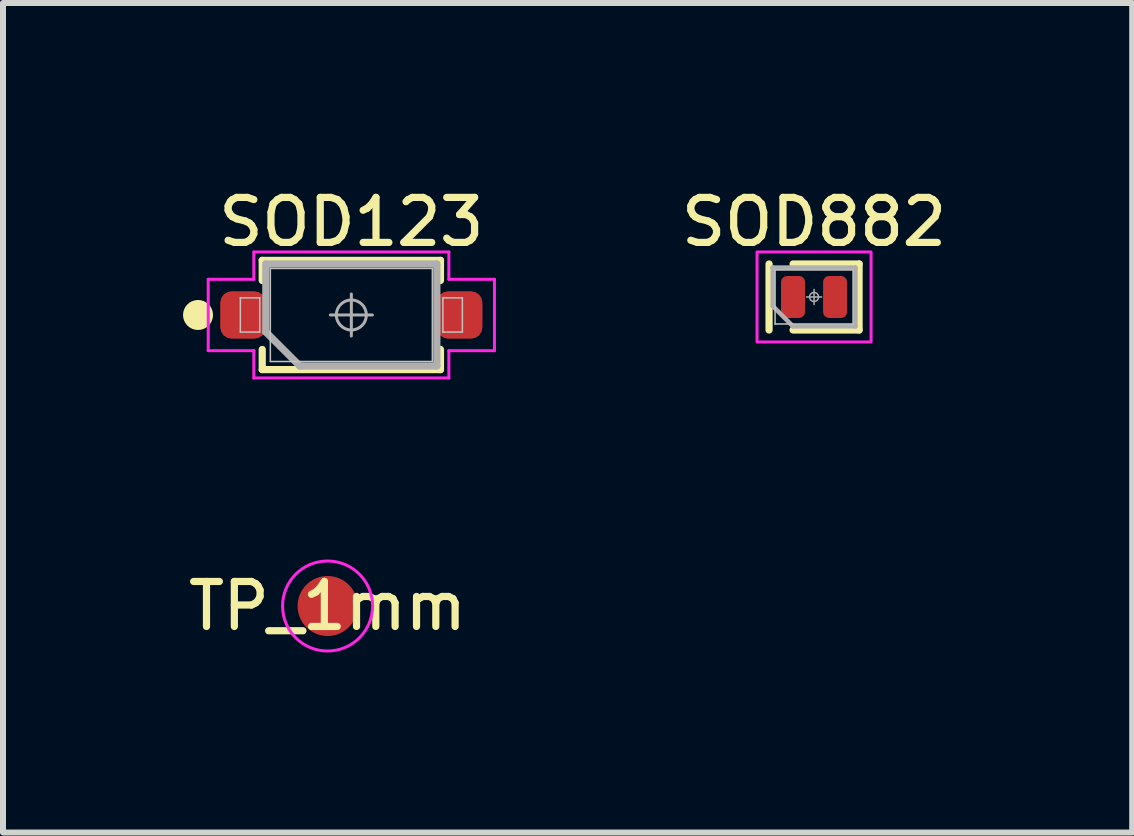
<source format=kicad_pcb>
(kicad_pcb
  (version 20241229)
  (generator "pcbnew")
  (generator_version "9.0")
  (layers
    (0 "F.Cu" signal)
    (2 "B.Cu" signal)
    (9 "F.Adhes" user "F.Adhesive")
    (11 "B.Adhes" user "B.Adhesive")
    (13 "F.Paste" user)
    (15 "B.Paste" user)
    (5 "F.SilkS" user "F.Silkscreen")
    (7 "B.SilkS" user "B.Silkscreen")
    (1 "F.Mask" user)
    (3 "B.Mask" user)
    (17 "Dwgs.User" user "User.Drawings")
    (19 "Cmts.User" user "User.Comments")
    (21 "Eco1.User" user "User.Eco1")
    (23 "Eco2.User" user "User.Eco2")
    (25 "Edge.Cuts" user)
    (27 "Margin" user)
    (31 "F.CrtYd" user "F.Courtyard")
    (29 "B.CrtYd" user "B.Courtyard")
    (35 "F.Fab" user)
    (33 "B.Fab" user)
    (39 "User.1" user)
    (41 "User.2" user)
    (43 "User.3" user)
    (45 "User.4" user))
  (footprint "SOD123"
    (layer "F.Cu")
    (at 2.805 2.199)
    (property "Reference" "SOD123" (at 0 -1.55 0) (layer "F.SilkS") (effects (font (size 0.75 0.75) (thickness 0.12))))
    (attr smd)
    (fp_line (start -1.485 -0.91) (end -1.485 -0.575) (stroke (width 0.12) (type solid)) (layer "F.SilkS"))
    (fp_line (start -1.485 0.91) (end -1.485 0.575) (stroke (width 0.12) (type solid)) (layer "F.SilkS"))
    (fp_line (start 1.485 -0.91) (end -1.485 -0.91) (stroke (width 0.12) (type solid)) (layer "F.SilkS"))
    (fp_line (start 1.485 -0.575) (end 1.485 -0.91) (stroke (width 0.12) (type solid)) (layer "F.SilkS"))
    (fp_line (start 1.485 0.575) (end 1.485 0.91) (stroke (width 0.12) (type solid)) (layer "F.SilkS"))
    (fp_line (start 1.485 0.91) (end -1.485 0.91) (stroke (width 0.12) (type solid)) (layer "F.SilkS"))
    (fp_circle (center -2.555 0) (end -2.555 0.125) (stroke (width 0.25) (type solid)) (fill no) (layer "F.SilkS"))
    (fp_line (start -1.85 -0.285) (end -1.526 -0.285) (stroke (width 0.025) (type solid)) (layer "Dwgs.User"))
    (fp_line (start -1.85 0.285) (end -1.85 -0.285) (stroke (width 0.025) (type solid)) (layer "Dwgs.User"))
    (fp_line (start -1.526 -0.285) (end -1.526 0.285) (stroke (width 0.025) (type solid)) (layer "Dwgs.User"))
    (fp_line (start -1.526 0.285) (end -1.85 0.285) (stroke (width 0.025) (type solid)) (layer "Dwgs.User"))
    (fp_line (start -1.35 -0.775) (end 1.35 -0.775) (stroke (width 0.025) (type solid)) (layer "Dwgs.User"))
    (fp_line (start -1.35 0.775) (end -1.35 -0.775) (stroke (width 0.025) (type solid)) (layer "Dwgs.User"))
    (fp_line (start 1.35 -0.775) (end 1.35 0.775) (stroke (width 0.025) (type solid)) (layer "Dwgs.User"))
    (fp_line (start 1.35 0.775) (end -1.35 0.775) (stroke (width 0.025) (type solid)) (layer "Dwgs.User"))
    (fp_line (start 1.526 -0.285) (end 1.85 -0.285) (stroke (width 0.025) (type solid)) (layer "Dwgs.User"))
    (fp_line (start 1.526 0.285) (end 1.526 -0.285) (stroke (width 0.025) (type solid)) (layer "Dwgs.User"))
    (fp_line (start 1.85 -0.285) (end 1.85 0.285) (stroke (width 0.025) (type solid)) (layer "Dwgs.User"))
    (fp_line (start 1.85 0.285) (end 1.526 0.285) (stroke (width 0.025) (type solid)) (layer "Dwgs.User"))
    (fp_line (start -2.385 -0.595) (end -2.385 0.595) (stroke (width 0.05) (type solid)) (layer "F.CrtYd"))
    (fp_line (start -2.385 0.595) (end -1.625 0.595) (stroke (width 0.05) (type solid)) (layer "F.CrtYd"))
    (fp_line (start -1.625 -1.05) (end -1.625 -0.595) (stroke (width 0.05) (type solid)) (layer "F.CrtYd"))
    (fp_line (start -1.625 -0.595) (end -2.385 -0.595) (stroke (width 0.05) (type solid)) (layer "F.CrtYd"))
    (fp_line (start -1.625 0.595) (end -1.625 1.05) (stroke (width 0.05) (type solid)) (layer "F.CrtYd"))
    (fp_line (start -1.625 1.05) (end 1.625 1.05) (stroke (width 0.05) (type solid)) (layer "F.CrtYd"))
    (fp_line (start 1.625 -1.05) (end -1.625 -1.05) (stroke (width 0.05) (type solid)) (layer "F.CrtYd"))
    (fp_line (start 1.625 -0.595) (end 1.625 -1.05) (stroke (width 0.05) (type solid)) (layer "F.CrtYd"))
    (fp_line (start 1.625 0.595) (end 2.385 0.595) (stroke (width 0.05) (type solid)) (layer "F.CrtYd"))
    (fp_line (start 1.625 1.05) (end 1.625 0.595) (stroke (width 0.05) (type solid)) (layer "F.CrtYd"))
    (fp_line (start 2.385 -0.595) (end 1.625 -0.595) (stroke (width 0.05) (type solid)) (layer "F.CrtYd"))
    (fp_line (start 2.385 0.595) (end 2.385 -0.595) (stroke (width 0.05) (type solid)) (layer "F.CrtYd"))
    (fp_line (start -1.425 -0.85) (end -1.425 0.283) (stroke (width 0.12) (type solid)) (layer "F.Fab"))
    (fp_line (start -1.425 0.283) (end -0.858 0.85) (stroke (width 0.12) (type solid)) (layer "F.Fab"))
    (fp_line (start -0.858 0.85) (end 1.425 0.85) (stroke (width 0.12) (type solid)) (layer "F.Fab"))
    (fp_line (start 0 -0.35) (end 0 0.35) (stroke (width 0.05) (type solid)) (layer "F.Fab"))
    (fp_line (start 0.35 0) (end -0.35 0) (stroke (width 0.05) (type solid)) (layer "F.Fab"))
    (fp_line (start 1.425 -0.85) (end -1.425 -0.85) (stroke (width 0.12) (type solid)) (layer "F.Fab"))
    (fp_line (start 1.425 0.85) (end 1.425 -0.85) (stroke (width 0.12) (type solid)) (layer "F.Fab"))
    (fp_circle (center 0 0) (end 0.25 0) (stroke (width 0.05) (type solid)) (fill no) (layer "F.Fab"))
    (pad "1" smd roundrect (at 1.805 0) (size 0.76 0.79) (layers "F.Cu" "F.Mask" "F.Paste") (roundrect_rratio 0.25))
    (pad "2" smd roundrect (at -1.805 0) (size 0.76 0.79) (layers "F.Cu" "F.Mask" "F.Paste") (roundrect_rratio 0.25)))
  (footprint "TP_1mm"
    (layer "F.Cu")
    (at 2.409 7.049)
    (property "Reference" "TP_1mm" (at 0 0 0) (unlocked yes) (layer "F.SilkS") (effects (font (size 0.75 0.75) (thickness 0.12))))
    (attr smd)
    (fp_circle (center 0 0) (end 0 0.75) (stroke (width 0.05) (type default)) (fill no) (layer "F.CrtYd"))
    (pad "1" smd circle (at 0 0) (size 1 1) (layers "F.Cu" "F.Mask")))
  (footprint "SOD882"
    (layer "F.Cu")
    (at 10.516 1.899)
    (property "Reference" "SOD882" (at 0 -1.25 0) (layer "F.SilkS") (effects (font (size 0.75 0.75) (thickness 0.12))))
    (attr smd)
    (fp_line (start -0.75 -0.55) (end -0.75 0.55) (stroke (width 0.12) (type default)) (layer "F.SilkS"))
    (fp_line (start 0.75 -0.55) (end -0.35 -0.55) (stroke (width 0.12) (type solid)) (layer "F.SilkS"))
    (fp_line (start 0.75 -0.55) (end 0.75 0.55) (stroke (width 0.12) (type default)) (layer "F.SilkS"))
    (fp_line (start 0.75 0.55) (end -0.35 0.55) (stroke (width 0.12) (type solid)) (layer "F.SilkS"))
    (fp_line (start -0.65 -0.45) (end 0.65 -0.45) (stroke (width 0.025) (type solid)) (layer "Dwgs.User"))
    (fp_line (start -0.65 0.45) (end -0.65 -0.45) (stroke (width 0.025) (type solid)) (layer "Dwgs.User"))
    (fp_line (start 0.65 -0.45) (end 0.65 0.45) (stroke (width 0.025) (type solid)) (layer "Dwgs.User"))
    (fp_line (start 0.65 0.45) (end -0.65 0.45) (stroke (width 0.025) (type solid)) (layer "Dwgs.User"))
    (fp_rect (start -0.95 -0.75) (end 0.95 0.75) (stroke (width 0.05) (type default)) (fill no) (layer "F.CrtYd"))
    (fp_line (start -0.69 -0.49) (end -0.69 0.15) (stroke (width 0.075) (type solid)) (layer "F.Fab"))
    (fp_line (start -0.69 0.15) (end -0.35 0.49) (stroke (width 0.075) (type solid)) (layer "F.Fab"))
    (fp_line (start -0.35 0.49) (end 0.69 0.49) (stroke (width 0.075) (type solid)) (layer "F.Fab"))
    (fp_line (start 0 -0.125) (end 0 0.125) (stroke (width 0.025) (type solid)) (layer "F.Fab"))
    (fp_line (start 0.125 0) (end -0.125 0) (stroke (width 0.025) (type solid)) (layer "F.Fab"))
    (fp_line (start 0.69 -0.49) (end -0.69 -0.49) (stroke (width 0.075) (type solid)) (layer "F.Fab"))
    (fp_line (start 0.69 0.49) (end 0.69 -0.49) (stroke (width 0.075) (type solid)) (layer "F.Fab"))
    (fp_circle (center 0 0) (end 0.075 0) (stroke (width 0.025) (type solid)) (fill no) (layer "F.Fab"))
    (pad "1" smd roundrect (at -0.35 0) (size 0.4 0.7) (layers "F.Cu" "F.Mask" "F.Paste") (roundrect_rratio 0.25))
    (pad "2" smd roundrect (at 0.35 0) (size 0.4 0.7) (layers "F.Cu" "F.Mask" "F.Paste") (roundrect_rratio 0.25)))
  (gr_rect
    (start -3 -3)
    (end 15.818 10.824)
    (stroke (width 0.1) (type default))
    (fill no)
    (layer "Edge.Cuts")))
</source>
